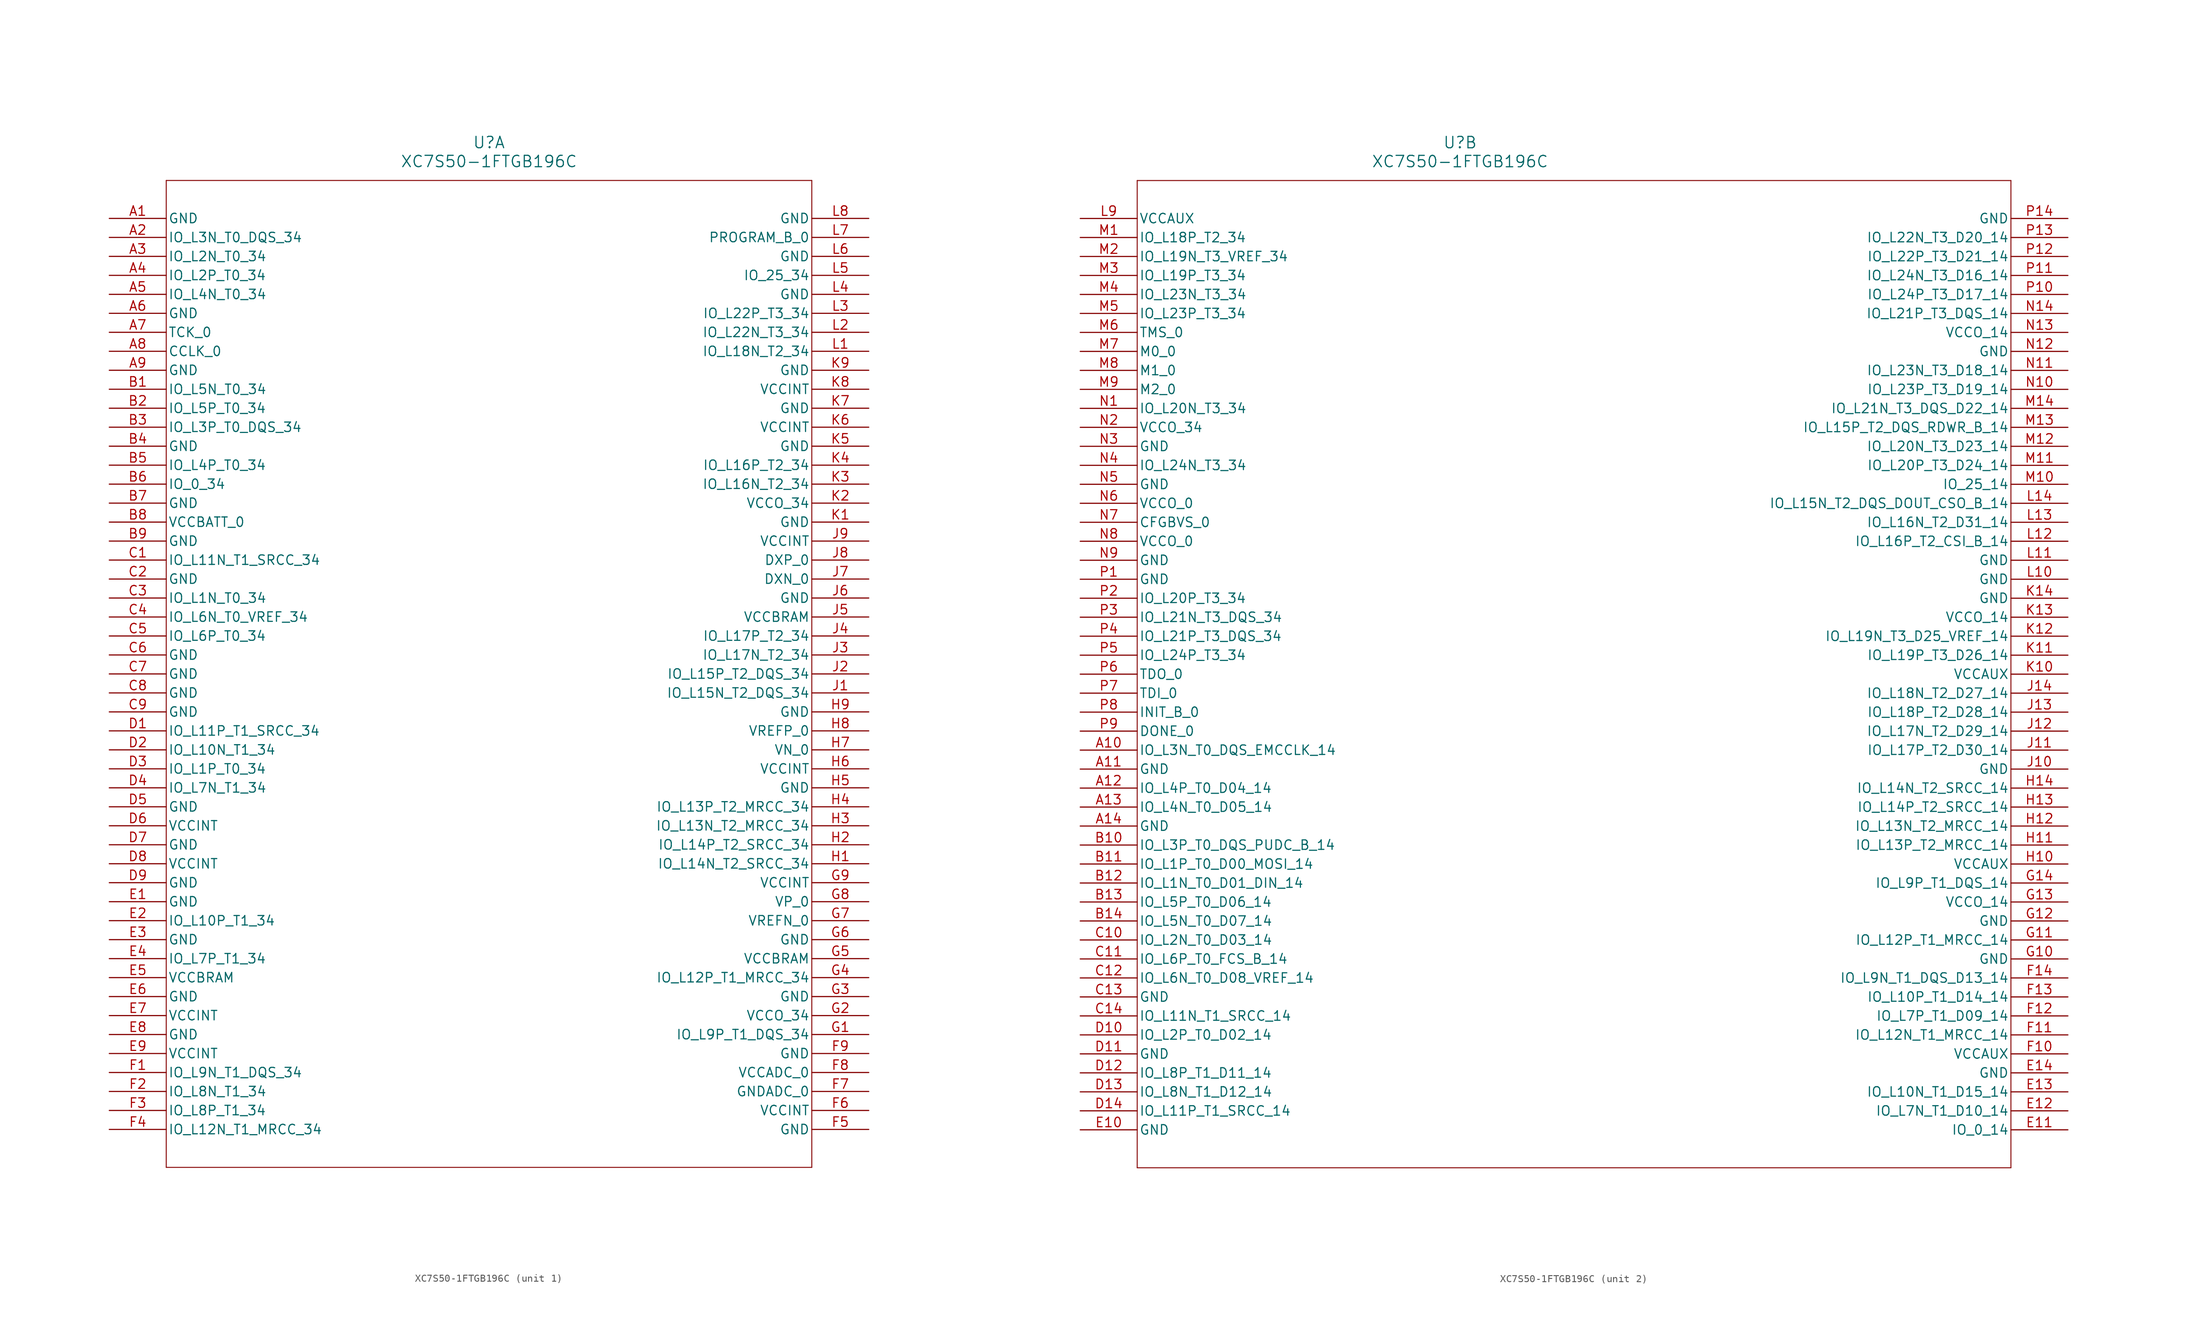
<source format=kicad_sym>
(kicad_symbol_lib
  (version 20211014)
  (generator kicad_symbol_editor)
  (symbol "XC7S50-1FTGB196C"
    (pin_names
      (offset 0.254))
    (property "Reference" "U"
      (at 50.8 10.16 0)
      (effects (font (size 1.524 1.524))))
    (property "Value" "XC7S50-1FTGB196C"
      (at 50.8 7.62 0)
      (effects (font (size 1.524 1.524))))
    (symbol "XC7S50-1FTGB196C_1_1"
      (polyline (pts (xy 7.62 5.08) (xy 7.62 -127)) (stroke (width 0.127) (type default) (color 0 0 0 0)) (fill (type none)))
      (polyline (pts (xy 7.62 -127) (xy 93.98 -127)) (stroke (width 0.127) (type default) (color 0 0 0 0)) (fill (type none)))
      (polyline (pts (xy 93.98 -127) (xy 93.98 5.08)) (stroke (width 0.127) (type default) (color 0 0 0 0)) (fill (type none)))
      (polyline (pts (xy 93.98 5.08) (xy 7.62 5.08)) (stroke (width 0.127) (type default) (color 0 0 0 0)) (fill (type none)))
      (pin power_out line (at 0 0 0) (length 7.62) (name "GND" (effects (font (size 1.27 1.27)))) (number "A1" (effects (font (size 1.27 1.27)))))
      (pin bidirectional line (at 0 -2.54 0) (length 7.62) (name "IO_L3N_T0_DQS_34" (effects (font (size 1.27 1.27)))) (number "A2" (effects (font (size 1.27 1.27)))))
      (pin bidirectional line (at 0 -5.08 0) (length 7.62) (name "IO_L2N_T0_34" (effects (font (size 1.27 1.27)))) (number "A3" (effects (font (size 1.27 1.27)))))
      (pin bidirectional line (at 0 -7.62 0) (length 7.62) (name "IO_L2P_T0_34" (effects (font (size 1.27 1.27)))) (number "A4" (effects (font (size 1.27 1.27)))))
      (pin bidirectional line (at 0 -10.16 0) (length 7.62) (name "IO_L4N_T0_34" (effects (font (size 1.27 1.27)))) (number "A5" (effects (font (size 1.27 1.27)))))
      (pin power_out line (at 0 -12.7 0) (length 7.62) (name "GND" (effects (font (size 1.27 1.27)))) (number "A6" (effects (font (size 1.27 1.27)))))
      (pin input line (at 0 -15.24 0) (length 7.62) (name "TCK_0" (effects (font (size 1.27 1.27)))) (number "A7" (effects (font (size 1.27 1.27)))))
      (pin bidirectional line (at 0 -17.78 0) (length 7.62) (name "CCLK_0" (effects (font (size 1.27 1.27)))) (number "A8" (effects (font (size 1.27 1.27)))))
      (pin power_out line (at 0 -20.32 0) (length 7.62) (name "GND" (effects (font (size 1.27 1.27)))) (number "A9" (effects (font (size 1.27 1.27)))))
      (pin bidirectional line (at 0 -22.86 0) (length 7.62) (name "IO_L5N_T0_34" (effects (font (size 1.27 1.27)))) (number "B1" (effects (font (size 1.27 1.27)))))
      (pin bidirectional line (at 0 -25.4 0) (length 7.62) (name "IO_L5P_T0_34" (effects (font (size 1.27 1.27)))) (number "B2" (effects (font (size 1.27 1.27)))))
      (pin bidirectional line (at 0 -27.94 0) (length 7.62) (name "IO_L3P_T0_DQS_34" (effects (font (size 1.27 1.27)))) (number "B3" (effects (font (size 1.27 1.27)))))
      (pin power_out line (at 0 -30.48 0) (length 7.62) (name "GND" (effects (font (size 1.27 1.27)))) (number "B4" (effects (font (size 1.27 1.27)))))
      (pin bidirectional line (at 0 -33.02 0) (length 7.62) (name "IO_L4P_T0_34" (effects (font (size 1.27 1.27)))) (number "B5" (effects (font (size 1.27 1.27)))))
      (pin bidirectional line (at 0 -35.56 0) (length 7.62) (name "IO_0_34" (effects (font (size 1.27 1.27)))) (number "B6" (effects (font (size 1.27 1.27)))))
      (pin power_out line (at 0 -38.1 0) (length 7.62) (name "GND" (effects (font (size 1.27 1.27)))) (number "B7" (effects (font (size 1.27 1.27)))))
      (pin power_in line (at 0 -40.64 0) (length 7.62) (name "VCCBATT_0" (effects (font (size 1.27 1.27)))) (number "B8" (effects (font (size 1.27 1.27)))))
      (pin power_out line (at 0 -43.18 0) (length 7.62) (name "GND" (effects (font (size 1.27 1.27)))) (number "B9" (effects (font (size 1.27 1.27)))))
      (pin bidirectional line (at 0 -45.72 0) (length 7.62) (name "IO_L11N_T1_SRCC_34" (effects (font (size 1.27 1.27)))) (number "C1" (effects (font (size 1.27 1.27)))))
      (pin power_out line (at 0 -48.26 0) (length 7.62) (name "GND" (effects (font (size 1.27 1.27)))) (number "C2" (effects (font (size 1.27 1.27)))))
      (pin bidirectional line (at 0 -50.8 0) (length 7.62) (name "IO_L1N_T0_34" (effects (font (size 1.27 1.27)))) (number "C3" (effects (font (size 1.27 1.27)))))
      (pin bidirectional line (at 0 -53.34 0) (length 7.62) (name "IO_L6N_T0_VREF_34" (effects (font (size 1.27 1.27)))) (number "C4" (effects (font (size 1.27 1.27)))))
      (pin bidirectional line (at 0 -55.88 0) (length 7.62) (name "IO_L6P_T0_34" (effects (font (size 1.27 1.27)))) (number "C5" (effects (font (size 1.27 1.27)))))
      (pin power_out line (at 0 -58.42 0) (length 7.62) (name "GND" (effects (font (size 1.27 1.27)))) (number "C6" (effects (font (size 1.27 1.27)))))
      (pin power_out line (at 0 -60.96 0) (length 7.62) (name "GND" (effects (font (size 1.27 1.27)))) (number "C7" (effects (font (size 1.27 1.27)))))
      (pin power_out line (at 0 -63.5 0) (length 7.62) (name "GND" (effects (font (size 1.27 1.27)))) (number "C8" (effects (font (size 1.27 1.27)))))
      (pin power_out line (at 0 -66.04 0) (length 7.62) (name "GND" (effects (font (size 1.27 1.27)))) (number "C9" (effects (font (size 1.27 1.27)))))
      (pin bidirectional line (at 0 -68.58 0) (length 7.62) (name "IO_L11P_T1_SRCC_34" (effects (font (size 1.27 1.27)))) (number "D1" (effects (font (size 1.27 1.27)))))
      (pin bidirectional line (at 0 -71.12 0) (length 7.62) (name "IO_L10N_T1_34" (effects (font (size 1.27 1.27)))) (number "D2" (effects (font (size 1.27 1.27)))))
      (pin bidirectional line (at 0 -73.66 0) (length 7.62) (name "IO_L1P_T0_34" (effects (font (size 1.27 1.27)))) (number "D3" (effects (font (size 1.27 1.27)))))
      (pin bidirectional line (at 0 -76.2 0) (length 7.62) (name "IO_L7N_T1_34" (effects (font (size 1.27 1.27)))) (number "D4" (effects (font (size 1.27 1.27)))))
      (pin power_out line (at 0 -78.74 0) (length 7.62) (name "GND" (effects (font (size 1.27 1.27)))) (number "D5" (effects (font (size 1.27 1.27)))))
      (pin power_in line (at 0 -81.28 0) (length 7.62) (name "VCCINT" (effects (font (size 1.27 1.27)))) (number "D6" (effects (font (size 1.27 1.27)))))
      (pin power_out line (at 0 -83.82 0) (length 7.62) (name "GND" (effects (font (size 1.27 1.27)))) (number "D7" (effects (font (size 1.27 1.27)))))
      (pin power_in line (at 0 -86.36 0) (length 7.62) (name "VCCINT" (effects (font (size 1.27 1.27)))) (number "D8" (effects (font (size 1.27 1.27)))))
      (pin power_out line (at 0 -88.9 0) (length 7.62) (name "GND" (effects (font (size 1.27 1.27)))) (number "D9" (effects (font (size 1.27 1.27)))))
      (pin power_out line (at 0 -91.44 0) (length 7.62) (name "GND" (effects (font (size 1.27 1.27)))) (number "E1" (effects (font (size 1.27 1.27)))))
      (pin bidirectional line (at 0 -93.98 0) (length 7.62) (name "IO_L10P_T1_34" (effects (font (size 1.27 1.27)))) (number "E2" (effects (font (size 1.27 1.27)))))
      (pin power_out line (at 0 -96.52 0) (length 7.62) (name "GND" (effects (font (size 1.27 1.27)))) (number "E3" (effects (font (size 1.27 1.27)))))
      (pin bidirectional line (at 0 -99.06 0) (length 7.62) (name "IO_L7P_T1_34" (effects (font (size 1.27 1.27)))) (number "E4" (effects (font (size 1.27 1.27)))))
      (pin power_in line (at 0 -101.6 0) (length 7.62) (name "VCCBRAM" (effects (font (size 1.27 1.27)))) (number "E5" (effects (font (size 1.27 1.27)))))
      (pin power_out line (at 0 -104.14 0) (length 7.62) (name "GND" (effects (font (size 1.27 1.27)))) (number "E6" (effects (font (size 1.27 1.27)))))
      (pin power_in line (at 0 -106.68 0) (length 7.62) (name "VCCINT" (effects (font (size 1.27 1.27)))) (number "E7" (effects (font (size 1.27 1.27)))))
      (pin power_out line (at 0 -109.22 0) (length 7.62) (name "GND" (effects (font (size 1.27 1.27)))) (number "E8" (effects (font (size 1.27 1.27)))))
      (pin power_in line (at 0 -111.76 0) (length 7.62) (name "VCCINT" (effects (font (size 1.27 1.27)))) (number "E9" (effects (font (size 1.27 1.27)))))
      (pin bidirectional line (at 0 -114.3 0) (length 7.62) (name "IO_L9N_T1_DQS_34" (effects (font (size 1.27 1.27)))) (number "F1" (effects (font (size 1.27 1.27)))))
      (pin bidirectional line (at 0 -116.84 0) (length 7.62) (name "IO_L8N_T1_34" (effects (font (size 1.27 1.27)))) (number "F2" (effects (font (size 1.27 1.27)))))
      (pin bidirectional line (at 0 -119.38 0) (length 7.62) (name "IO_L8P_T1_34" (effects (font (size 1.27 1.27)))) (number "F3" (effects (font (size 1.27 1.27)))))
      (pin bidirectional line (at 0 -121.92 0) (length 7.62) (name "IO_L12N_T1_MRCC_34" (effects (font (size 1.27 1.27)))) (number "F4" (effects (font (size 1.27 1.27)))))
      (pin power_out line (at 101.6 -121.92 180) (length 7.62) (name "GND" (effects (font (size 1.27 1.27)))) (number "F5" (effects (font (size 1.27 1.27)))))
      (pin power_in line (at 101.6 -119.38 180) (length 7.62) (name "VCCINT" (effects (font (size 1.27 1.27)))) (number "F6" (effects (font (size 1.27 1.27)))))
      (pin power_out line (at 101.6 -116.84 180) (length 7.62) (name "GNDADC_0" (effects (font (size 1.27 1.27)))) (number "F7" (effects (font (size 1.27 1.27)))))
      (pin power_in line (at 101.6 -114.3 180) (length 7.62) (name "VCCADC_0" (effects (font (size 1.27 1.27)))) (number "F8" (effects (font (size 1.27 1.27)))))
      (pin power_out line (at 101.6 -111.76 180) (length 7.62) (name "GND" (effects (font (size 1.27 1.27)))) (number "F9" (effects (font (size 1.27 1.27)))))
      (pin bidirectional line (at 101.6 -109.22 180) (length 7.62) (name "IO_L9P_T1_DQS_34" (effects (font (size 1.27 1.27)))) (number "G1" (effects (font (size 1.27 1.27)))))
      (pin power_in line (at 101.6 -106.68 180) (length 7.62) (name "VCCO_34" (effects (font (size 1.27 1.27)))) (number "G2" (effects (font (size 1.27 1.27)))))
      (pin power_out line (at 101.6 -104.14 180) (length 7.62) (name "GND" (effects (font (size 1.27 1.27)))) (number "G3" (effects (font (size 1.27 1.27)))))
      (pin bidirectional line (at 101.6 -101.6 180) (length 7.62) (name "IO_L12P_T1_MRCC_34" (effects (font (size 1.27 1.27)))) (number "G4" (effects (font (size 1.27 1.27)))))
      (pin power_in line (at 101.6 -99.06 180) (length 7.62) (name "VCCBRAM" (effects (font (size 1.27 1.27)))) (number "G5" (effects (font (size 1.27 1.27)))))
      (pin power_out line (at 101.6 -96.52 180) (length 7.62) (name "GND" (effects (font (size 1.27 1.27)))) (number "G6" (effects (font (size 1.27 1.27)))))
      (pin power_in line (at 101.6 -93.98 180) (length 7.62) (name "VREFN_0" (effects (font (size 1.27 1.27)))) (number "G7" (effects (font (size 1.27 1.27)))))
      (pin input line (at 101.6 -91.44 180) (length 7.62) (name "VP_0" (effects (font (size 1.27 1.27)))) (number "G8" (effects (font (size 1.27 1.27)))))
      (pin power_in line (at 101.6 -88.9 180) (length 7.62) (name "VCCINT" (effects (font (size 1.27 1.27)))) (number "G9" (effects (font (size 1.27 1.27)))))
      (pin bidirectional line (at 101.6 -86.36 180) (length 7.62) (name "IO_L14N_T2_SRCC_34" (effects (font (size 1.27 1.27)))) (number "H1" (effects (font (size 1.27 1.27)))))
      (pin bidirectional line (at 101.6 -83.82 180) (length 7.62) (name "IO_L14P_T2_SRCC_34" (effects (font (size 1.27 1.27)))) (number "H2" (effects (font (size 1.27 1.27)))))
      (pin bidirectional line (at 101.6 -81.28 180) (length 7.62) (name "IO_L13N_T2_MRCC_34" (effects (font (size 1.27 1.27)))) (number "H3" (effects (font (size 1.27 1.27)))))
      (pin bidirectional line (at 101.6 -78.74 180) (length 7.62) (name "IO_L13P_T2_MRCC_34" (effects (font (size 1.27 1.27)))) (number "H4" (effects (font (size 1.27 1.27)))))
      (pin power_out line (at 101.6 -76.2 180) (length 7.62) (name "GND" (effects (font (size 1.27 1.27)))) (number "H5" (effects (font (size 1.27 1.27)))))
      (pin power_in line (at 101.6 -73.66 180) (length 7.62) (name "VCCINT" (effects (font (size 1.27 1.27)))) (number "H6" (effects (font (size 1.27 1.27)))))
      (pin input line (at 101.6 -71.12 180) (length 7.62) (name "VN_0" (effects (font (size 1.27 1.27)))) (number "H7" (effects (font (size 1.27 1.27)))))
      (pin power_in line (at 101.6 -68.58 180) (length 7.62) (name "VREFP_0" (effects (font (size 1.27 1.27)))) (number "H8" (effects (font (size 1.27 1.27)))))
      (pin power_out line (at 101.6 -66.04 180) (length 7.62) (name "GND" (effects (font (size 1.27 1.27)))) (number "H9" (effects (font (size 1.27 1.27)))))
      (pin bidirectional line (at 101.6 -63.5 180) (length 7.62) (name "IO_L15N_T2_DQS_34" (effects (font (size 1.27 1.27)))) (number "J1" (effects (font (size 1.27 1.27)))))
      (pin bidirectional line (at 101.6 -60.96 180) (length 7.62) (name "IO_L15P_T2_DQS_34" (effects (font (size 1.27 1.27)))) (number "J2" (effects (font (size 1.27 1.27)))))
      (pin bidirectional line (at 101.6 -58.42 180) (length 7.62) (name "IO_L17N_T2_34" (effects (font (size 1.27 1.27)))) (number "J3" (effects (font (size 1.27 1.27)))))
      (pin bidirectional line (at 101.6 -55.88 180) (length 7.62) (name "IO_L17P_T2_34" (effects (font (size 1.27 1.27)))) (number "J4" (effects (font (size 1.27 1.27)))))
      (pin power_in line (at 101.6 -53.34 180) (length 7.62) (name "VCCBRAM" (effects (font (size 1.27 1.27)))) (number "J5" (effects (font (size 1.27 1.27)))))
      (pin power_out line (at 101.6 -50.8 180) (length 7.62) (name "GND" (effects (font (size 1.27 1.27)))) (number "J6" (effects (font (size 1.27 1.27)))))
      (pin unspecified line (at 101.6 -48.26 180) (length 7.62) (name "DXN_0" (effects (font (size 1.27 1.27)))) (number "J7" (effects (font (size 1.27 1.27)))))
      (pin unspecified line (at 101.6 -45.72 180) (length 7.62) (name "DXP_0" (effects (font (size 1.27 1.27)))) (number "J8" (effects (font (size 1.27 1.27)))))
      (pin power_in line (at 101.6 -43.18 180) (length 7.62) (name "VCCINT" (effects (font (size 1.27 1.27)))) (number "J9" (effects (font (size 1.27 1.27)))))
      (pin power_out line (at 101.6 -40.64 180) (length 7.62) (name "GND" (effects (font (size 1.27 1.27)))) (number "K1" (effects (font (size 1.27 1.27)))))
      (pin power_in line (at 101.6 -38.1 180) (length 7.62) (name "VCCO_34" (effects (font (size 1.27 1.27)))) (number "K2" (effects (font (size 1.27 1.27)))))
      (pin bidirectional line (at 101.6 -35.56 180) (length 7.62) (name "IO_L16N_T2_34" (effects (font (size 1.27 1.27)))) (number "K3" (effects (font (size 1.27 1.27)))))
      (pin bidirectional line (at 101.6 -33.02 180) (length 7.62) (name "IO_L16P_T2_34" (effects (font (size 1.27 1.27)))) (number "K4" (effects (font (size 1.27 1.27)))))
      (pin power_out line (at 101.6 -30.48 180) (length 7.62) (name "GND" (effects (font (size 1.27 1.27)))) (number "K5" (effects (font (size 1.27 1.27)))))
      (pin power_in line (at 101.6 -27.94 180) (length 7.62) (name "VCCINT" (effects (font (size 1.27 1.27)))) (number "K6" (effects (font (size 1.27 1.27)))))
      (pin power_out line (at 101.6 -25.4 180) (length 7.62) (name "GND" (effects (font (size 1.27 1.27)))) (number "K7" (effects (font (size 1.27 1.27)))))
      (pin power_in line (at 101.6 -22.86 180) (length 7.62) (name "VCCINT" (effects (font (size 1.27 1.27)))) (number "K8" (effects (font (size 1.27 1.27)))))
      (pin power_out line (at 101.6 -20.32 180) (length 7.62) (name "GND" (effects (font (size 1.27 1.27)))) (number "K9" (effects (font (size 1.27 1.27)))))
      (pin bidirectional line (at 101.6 -17.78 180) (length 7.62) (name "IO_L18N_T2_34" (effects (font (size 1.27 1.27)))) (number "L1" (effects (font (size 1.27 1.27)))))
      (pin bidirectional line (at 101.6 -15.24 180) (length 7.62) (name "IO_L22N_T3_34" (effects (font (size 1.27 1.27)))) (number "L2" (effects (font (size 1.27 1.27)))))
      (pin bidirectional line (at 101.6 -12.7 180) (length 7.62) (name "IO_L22P_T3_34" (effects (font (size 1.27 1.27)))) (number "L3" (effects (font (size 1.27 1.27)))))
      (pin power_out line (at 101.6 -10.16 180) (length 7.62) (name "GND" (effects (font (size 1.27 1.27)))) (number "L4" (effects (font (size 1.27 1.27)))))
      (pin bidirectional line (at 101.6 -7.62 180) (length 7.62) (name "IO_25_34" (effects (font (size 1.27 1.27)))) (number "L5" (effects (font (size 1.27 1.27)))))
      (pin power_out line (at 101.6 -5.08 180) (length 7.62) (name "GND" (effects (font (size 1.27 1.27)))) (number "L6" (effects (font (size 1.27 1.27)))))
      (pin input line (at 101.6 -2.54 180) (length 7.62) (name "PROGRAM_B_0" (effects (font (size 1.27 1.27)))) (number "L7" (effects (font (size 1.27 1.27)))))
      (pin power_out line (at 101.6 0 180) (length 7.62) (name "GND" (effects (font (size 1.27 1.27)))) (number "L8" (effects (font (size 1.27 1.27))))))
    (symbol "XC7S50-1FTGB196C_2_1"
      (polyline (pts (xy 7.62 5.08) (xy 7.62 -127)) (stroke (width 0.127) (type default) (color 0 0 0 0)) (fill (type none)))
      (polyline (pts (xy 7.62 -127) (xy 124.46 -127)) (stroke (width 0.127) (type default) (color 0 0 0 0)) (fill (type none)))
      (polyline (pts (xy 124.46 -127) (xy 124.46 5.08)) (stroke (width 0.127) (type default) (color 0 0 0 0)) (fill (type none)))
      (polyline (pts (xy 124.46 5.08) (xy 7.62 5.08)) (stroke (width 0.127) (type default) (color 0 0 0 0)) (fill (type none)))
      (pin power_in line (at 0 0 0) (length 7.62) (name "VCCAUX" (effects (font (size 1.27 1.27)))) (number "L9" (effects (font (size 1.27 1.27)))))
      (pin bidirectional line (at 0 -2.54 0) (length 7.62) (name "IO_L18P_T2_34" (effects (font (size 1.27 1.27)))) (number "M1" (effects (font (size 1.27 1.27)))))
      (pin bidirectional line (at 0 -5.08 0) (length 7.62) (name "IO_L19N_T3_VREF_34" (effects (font (size 1.27 1.27)))) (number "M2" (effects (font (size 1.27 1.27)))))
      (pin bidirectional line (at 0 -7.62 0) (length 7.62) (name "IO_L19P_T3_34" (effects (font (size 1.27 1.27)))) (number "M3" (effects (font (size 1.27 1.27)))))
      (pin bidirectional line (at 0 -10.16 0) (length 7.62) (name "IO_L23N_T3_34" (effects (font (size 1.27 1.27)))) (number "M4" (effects (font (size 1.27 1.27)))))
      (pin bidirectional line (at 0 -12.7 0) (length 7.62) (name "IO_L23P_T3_34" (effects (font (size 1.27 1.27)))) (number "M5" (effects (font (size 1.27 1.27)))))
      (pin input line (at 0 -15.24 0) (length 7.62) (name "TMS_0" (effects (font (size 1.27 1.27)))) (number "M6" (effects (font (size 1.27 1.27)))))
      (pin input line (at 0 -17.78 0) (length 7.62) (name "M0_0" (effects (font (size 1.27 1.27)))) (number "M7" (effects (font (size 1.27 1.27)))))
      (pin input line (at 0 -20.32 0) (length 7.62) (name "M1_0" (effects (font (size 1.27 1.27)))) (number "M8" (effects (font (size 1.27 1.27)))))
      (pin input line (at 0 -22.86 0) (length 7.62) (name "M2_0" (effects (font (size 1.27 1.27)))) (number "M9" (effects (font (size 1.27 1.27)))))
      (pin bidirectional line (at 0 -25.4 0) (length 7.62) (name "IO_L20N_T3_34" (effects (font (size 1.27 1.27)))) (number "N1" (effects (font (size 1.27 1.27)))))
      (pin power_in line (at 0 -27.94 0) (length 7.62) (name "VCCO_34" (effects (font (size 1.27 1.27)))) (number "N2" (effects (font (size 1.27 1.27)))))
      (pin power_out line (at 0 -30.48 0) (length 7.62) (name "GND" (effects (font (size 1.27 1.27)))) (number "N3" (effects (font (size 1.27 1.27)))))
      (pin bidirectional line (at 0 -33.02 0) (length 7.62) (name "IO_L24N_T3_34" (effects (font (size 1.27 1.27)))) (number "N4" (effects (font (size 1.27 1.27)))))
      (pin power_out line (at 0 -35.56 0) (length 7.62) (name "GND" (effects (font (size 1.27 1.27)))) (number "N5" (effects (font (size 1.27 1.27)))))
      (pin power_in line (at 0 -38.1 0) (length 7.62) (name "VCCO_0" (effects (font (size 1.27 1.27)))) (number "N6" (effects (font (size 1.27 1.27)))))
      (pin input line (at 0 -40.64 0) (length 7.62) (name "CFGBVS_0" (effects (font (size 1.27 1.27)))) (number "N7" (effects (font (size 1.27 1.27)))))
      (pin power_in line (at 0 -43.18 0) (length 7.62) (name "VCCO_0" (effects (font (size 1.27 1.27)))) (number "N8" (effects (font (size 1.27 1.27)))))
      (pin power_out line (at 0 -45.72 0) (length 7.62) (name "GND" (effects (font (size 1.27 1.27)))) (number "N9" (effects (font (size 1.27 1.27)))))
      (pin power_out line (at 0 -48.26 0) (length 7.62) (name "GND" (effects (font (size 1.27 1.27)))) (number "P1" (effects (font (size 1.27 1.27)))))
      (pin bidirectional line (at 0 -50.8 0) (length 7.62) (name "IO_L20P_T3_34" (effects (font (size 1.27 1.27)))) (number "P2" (effects (font (size 1.27 1.27)))))
      (pin bidirectional line (at 0 -53.34 0) (length 7.62) (name "IO_L21N_T3_DQS_34" (effects (font (size 1.27 1.27)))) (number "P3" (effects (font (size 1.27 1.27)))))
      (pin bidirectional line (at 0 -55.88 0) (length 7.62) (name "IO_L21P_T3_DQS_34" (effects (font (size 1.27 1.27)))) (number "P4" (effects (font (size 1.27 1.27)))))
      (pin bidirectional line (at 0 -58.42 0) (length 7.62) (name "IO_L24P_T3_34" (effects (font (size 1.27 1.27)))) (number "P5" (effects (font (size 1.27 1.27)))))
      (pin output line (at 0 -60.96 0) (length 7.62) (name "TDO_0" (effects (font (size 1.27 1.27)))) (number "P6" (effects (font (size 1.27 1.27)))))
      (pin input line (at 0 -63.5 0) (length 7.62) (name "TDI_0" (effects (font (size 1.27 1.27)))) (number "P7" (effects (font (size 1.27 1.27)))))
      (pin bidirectional line (at 0 -66.04 0) (length 7.62) (name "INIT_B_0" (effects (font (size 1.27 1.27)))) (number "P8" (effects (font (size 1.27 1.27)))))
      (pin bidirectional line (at 0 -68.58 0) (length 7.62) (name "DONE_0" (effects (font (size 1.27 1.27)))) (number "P9" (effects (font (size 1.27 1.27)))))
      (pin bidirectional line (at 0 -71.12 0) (length 7.62) (name "IO_L3N_T0_DQS_EMCCLK_14" (effects (font (size 1.27 1.27)))) (number "A10" (effects (font (size 1.27 1.27)))))
      (pin power_out line (at 0 -73.66 0) (length 7.62) (name "GND" (effects (font (size 1.27 1.27)))) (number "A11" (effects (font (size 1.27 1.27)))))
      (pin bidirectional line (at 0 -76.2 0) (length 7.62) (name "IO_L4P_T0_D04_14" (effects (font (size 1.27 1.27)))) (number "A12" (effects (font (size 1.27 1.27)))))
      (pin bidirectional line (at 0 -78.74 0) (length 7.62) (name "IO_L4N_T0_D05_14" (effects (font (size 1.27 1.27)))) (number "A13" (effects (font (size 1.27 1.27)))))
      (pin power_out line (at 0 -81.28 0) (length 7.62) (name "GND" (effects (font (size 1.27 1.27)))) (number "A14" (effects (font (size 1.27 1.27)))))
      (pin bidirectional line (at 0 -83.82 0) (length 7.62) (name "IO_L3P_T0_DQS_PUDC_B_14" (effects (font (size 1.27 1.27)))) (number "B10" (effects (font (size 1.27 1.27)))))
      (pin bidirectional line (at 0 -86.36 0) (length 7.62) (name "IO_L1P_T0_D00_MOSI_14" (effects (font (size 1.27 1.27)))) (number "B11" (effects (font (size 1.27 1.27)))))
      (pin bidirectional line (at 0 -88.9 0) (length 7.62) (name "IO_L1N_T0_D01_DIN_14" (effects (font (size 1.27 1.27)))) (number "B12" (effects (font (size 1.27 1.27)))))
      (pin bidirectional line (at 0 -91.44 0) (length 7.62) (name "IO_L5P_T0_D06_14" (effects (font (size 1.27 1.27)))) (number "B13" (effects (font (size 1.27 1.27)))))
      (pin bidirectional line (at 0 -93.98 0) (length 7.62) (name "IO_L5N_T0_D07_14" (effects (font (size 1.27 1.27)))) (number "B14" (effects (font (size 1.27 1.27)))))
      (pin bidirectional line (at 0 -96.52 0) (length 7.62) (name "IO_L2N_T0_D03_14" (effects (font (size 1.27 1.27)))) (number "C10" (effects (font (size 1.27 1.27)))))
      (pin bidirectional line (at 0 -99.06 0) (length 7.62) (name "IO_L6P_T0_FCS_B_14" (effects (font (size 1.27 1.27)))) (number "C11" (effects (font (size 1.27 1.27)))))
      (pin bidirectional line (at 0 -101.6 0) (length 7.62) (name "IO_L6N_T0_D08_VREF_14" (effects (font (size 1.27 1.27)))) (number "C12" (effects (font (size 1.27 1.27)))))
      (pin power_out line (at 0 -104.14 0) (length 7.62) (name "GND" (effects (font (size 1.27 1.27)))) (number "C13" (effects (font (size 1.27 1.27)))))
      (pin bidirectional line (at 0 -106.68 0) (length 7.62) (name "IO_L11N_T1_SRCC_14" (effects (font (size 1.27 1.27)))) (number "C14" (effects (font (size 1.27 1.27)))))
      (pin bidirectional line (at 0 -109.22 0) (length 7.62) (name "IO_L2P_T0_D02_14" (effects (font (size 1.27 1.27)))) (number "D10" (effects (font (size 1.27 1.27)))))
      (pin power_out line (at 0 -111.76 0) (length 7.62) (name "GND" (effects (font (size 1.27 1.27)))) (number "D11" (effects (font (size 1.27 1.27)))))
      (pin bidirectional line (at 0 -114.3 0) (length 7.62) (name "IO_L8P_T1_D11_14" (effects (font (size 1.27 1.27)))) (number "D12" (effects (font (size 1.27 1.27)))))
      (pin bidirectional line (at 0 -116.84 0) (length 7.62) (name "IO_L8N_T1_D12_14" (effects (font (size 1.27 1.27)))) (number "D13" (effects (font (size 1.27 1.27)))))
      (pin bidirectional line (at 0 -119.38 0) (length 7.62) (name "IO_L11P_T1_SRCC_14" (effects (font (size 1.27 1.27)))) (number "D14" (effects (font (size 1.27 1.27)))))
      (pin power_out line (at 0 -121.92 0) (length 7.62) (name "GND" (effects (font (size 1.27 1.27)))) (number "E10" (effects (font (size 1.27 1.27)))))
      (pin bidirectional line (at 132.08 -121.92 180) (length 7.62) (name "IO_0_14" (effects (font (size 1.27 1.27)))) (number "E11" (effects (font (size 1.27 1.27)))))
      (pin bidirectional line (at 132.08 -119.38 180) (length 7.62) (name "IO_L7N_T1_D10_14" (effects (font (size 1.27 1.27)))) (number "E12" (effects (font (size 1.27 1.27)))))
      (pin bidirectional line (at 132.08 -116.84 180) (length 7.62) (name "IO_L10N_T1_D15_14" (effects (font (size 1.27 1.27)))) (number "E13" (effects (font (size 1.27 1.27)))))
      (pin power_out line (at 132.08 -114.3 180) (length 7.62) (name "GND" (effects (font (size 1.27 1.27)))) (number "E14" (effects (font (size 1.27 1.27)))))
      (pin power_in line (at 132.08 -111.76 180) (length 7.62) (name "VCCAUX" (effects (font (size 1.27 1.27)))) (number "F10" (effects (font (size 1.27 1.27)))))
      (pin bidirectional line (at 132.08 -109.22 180) (length 7.62) (name "IO_L12N_T1_MRCC_14" (effects (font (size 1.27 1.27)))) (number "F11" (effects (font (size 1.27 1.27)))))
      (pin bidirectional line (at 132.08 -106.68 180) (length 7.62) (name "IO_L7P_T1_D09_14" (effects (font (size 1.27 1.27)))) (number "F12" (effects (font (size 1.27 1.27)))))
      (pin bidirectional line (at 132.08 -104.14 180) (length 7.62) (name "IO_L10P_T1_D14_14" (effects (font (size 1.27 1.27)))) (number "F13" (effects (font (size 1.27 1.27)))))
      (pin bidirectional line (at 132.08 -101.6 180) (length 7.62) (name "IO_L9N_T1_DQS_D13_14" (effects (font (size 1.27 1.27)))) (number "F14" (effects (font (size 1.27 1.27)))))
      (pin power_out line (at 132.08 -99.06 180) (length 7.62) (name "GND" (effects (font (size 1.27 1.27)))) (number "G10" (effects (font (size 1.27 1.27)))))
      (pin bidirectional line (at 132.08 -96.52 180) (length 7.62) (name "IO_L12P_T1_MRCC_14" (effects (font (size 1.27 1.27)))) (number "G11" (effects (font (size 1.27 1.27)))))
      (pin power_out line (at 132.08 -93.98 180) (length 7.62) (name "GND" (effects (font (size 1.27 1.27)))) (number "G12" (effects (font (size 1.27 1.27)))))
      (pin power_in line (at 132.08 -91.44 180) (length 7.62) (name "VCCO_14" (effects (font (size 1.27 1.27)))) (number "G13" (effects (font (size 1.27 1.27)))))
      (pin bidirectional line (at 132.08 -88.9 180) (length 7.62) (name "IO_L9P_T1_DQS_14" (effects (font (size 1.27 1.27)))) (number "G14" (effects (font (size 1.27 1.27)))))
      (pin power_in line (at 132.08 -86.36 180) (length 7.62) (name "VCCAUX" (effects (font (size 1.27 1.27)))) (number "H10" (effects (font (size 1.27 1.27)))))
      (pin bidirectional line (at 132.08 -83.82 180) (length 7.62) (name "IO_L13P_T2_MRCC_14" (effects (font (size 1.27 1.27)))) (number "H11" (effects (font (size 1.27 1.27)))))
      (pin bidirectional line (at 132.08 -81.28 180) (length 7.62) (name "IO_L13N_T2_MRCC_14" (effects (font (size 1.27 1.27)))) (number "H12" (effects (font (size 1.27 1.27)))))
      (pin bidirectional line (at 132.08 -78.74 180) (length 7.62) (name "IO_L14P_T2_SRCC_14" (effects (font (size 1.27 1.27)))) (number "H13" (effects (font (size 1.27 1.27)))))
      (pin bidirectional line (at 132.08 -76.2 180) (length 7.62) (name "IO_L14N_T2_SRCC_14" (effects (font (size 1.27 1.27)))) (number "H14" (effects (font (size 1.27 1.27)))))
      (pin power_out line (at 132.08 -73.66 180) (length 7.62) (name "GND" (effects (font (size 1.27 1.27)))) (number "J10" (effects (font (size 1.27 1.27)))))
      (pin bidirectional line (at 132.08 -71.12 180) (length 7.62) (name "IO_L17P_T2_D30_14" (effects (font (size 1.27 1.27)))) (number "J11" (effects (font (size 1.27 1.27)))))
      (pin bidirectional line (at 132.08 -68.58 180) (length 7.62) (name "IO_L17N_T2_D29_14" (effects (font (size 1.27 1.27)))) (number "J12" (effects (font (size 1.27 1.27)))))
      (pin bidirectional line (at 132.08 -66.04 180) (length 7.62) (name "IO_L18P_T2_D28_14" (effects (font (size 1.27 1.27)))) (number "J13" (effects (font (size 1.27 1.27)))))
      (pin bidirectional line (at 132.08 -63.5 180) (length 7.62) (name "IO_L18N_T2_D27_14" (effects (font (size 1.27 1.27)))) (number "J14" (effects (font (size 1.27 1.27)))))
      (pin power_in line (at 132.08 -60.96 180) (length 7.62) (name "VCCAUX" (effects (font (size 1.27 1.27)))) (number "K10" (effects (font (size 1.27 1.27)))))
      (pin bidirectional line (at 132.08 -58.42 180) (length 7.62) (name "IO_L19P_T3_D26_14" (effects (font (size 1.27 1.27)))) (number "K11" (effects (font (size 1.27 1.27)))))
      (pin bidirectional line (at 132.08 -55.88 180) (length 7.62) (name "IO_L19N_T3_D25_VREF_14" (effects (font (size 1.27 1.27)))) (number "K12" (effects (font (size 1.27 1.27)))))
      (pin power_in line (at 132.08 -53.34 180) (length 7.62) (name "VCCO_14" (effects (font (size 1.27 1.27)))) (number "K13" (effects (font (size 1.27 1.27)))))
      (pin power_out line (at 132.08 -50.8 180) (length 7.62) (name "GND" (effects (font (size 1.27 1.27)))) (number "K14" (effects (font (size 1.27 1.27)))))
      (pin power_out line (at 132.08 -48.26 180) (length 7.62) (name "GND" (effects (font (size 1.27 1.27)))) (number "L10" (effects (font (size 1.27 1.27)))))
      (pin power_out line (at 132.08 -45.72 180) (length 7.62) (name "GND" (effects (font (size 1.27 1.27)))) (number "L11" (effects (font (size 1.27 1.27)))))
      (pin bidirectional line (at 132.08 -43.18 180) (length 7.62) (name "IO_L16P_T2_CSI_B_14" (effects (font (size 1.27 1.27)))) (number "L12" (effects (font (size 1.27 1.27)))))
      (pin bidirectional line (at 132.08 -40.64 180) (length 7.62) (name "IO_L16N_T2_D31_14" (effects (font (size 1.27 1.27)))) (number "L13" (effects (font (size 1.27 1.27)))))
      (pin bidirectional line (at 132.08 -38.1 180) (length 7.62) (name "IO_L15N_T2_DQS_DOUT_CSO_B_14" (effects (font (size 1.27 1.27)))) (number "L14" (effects (font (size 1.27 1.27)))))
      (pin bidirectional line (at 132.08 -35.56 180) (length 7.62) (name "IO_25_14" (effects (font (size 1.27 1.27)))) (number "M10" (effects (font (size 1.27 1.27)))))
      (pin bidirectional line (at 132.08 -33.02 180) (length 7.62) (name "IO_L20P_T3_D24_14" (effects (font (size 1.27 1.27)))) (number "M11" (effects (font (size 1.27 1.27)))))
      (pin bidirectional line (at 132.08 -30.48 180) (length 7.62) (name "IO_L20N_T3_D23_14" (effects (font (size 1.27 1.27)))) (number "M12" (effects (font (size 1.27 1.27)))))
      (pin bidirectional line (at 132.08 -27.94 180) (length 7.62) (name "IO_L15P_T2_DQS_RDWR_B_14" (effects (font (size 1.27 1.27)))) (number "M13" (effects (font (size 1.27 1.27)))))
      (pin bidirectional line (at 132.08 -25.4 180) (length 7.62) (name "IO_L21N_T3_DQS_D22_14" (effects (font (size 1.27 1.27)))) (number "M14" (effects (font (size 1.27 1.27)))))
      (pin bidirectional line (at 132.08 -22.86 180) (length 7.62) (name "IO_L23P_T3_D19_14" (effects (font (size 1.27 1.27)))) (number "N10" (effects (font (size 1.27 1.27)))))
      (pin bidirectional line (at 132.08 -20.32 180) (length 7.62) (name "IO_L23N_T3_D18_14" (effects (font (size 1.27 1.27)))) (number "N11" (effects (font (size 1.27 1.27)))))
      (pin power_out line (at 132.08 -17.78 180) (length 7.62) (name "GND" (effects (font (size 1.27 1.27)))) (number "N12" (effects (font (size 1.27 1.27)))))
      (pin power_in line (at 132.08 -15.24 180) (length 7.62) (name "VCCO_14" (effects (font (size 1.27 1.27)))) (number "N13" (effects (font (size 1.27 1.27)))))
      (pin bidirectional line (at 132.08 -12.7 180) (length 7.62) (name "IO_L21P_T3_DQS_14" (effects (font (size 1.27 1.27)))) (number "N14" (effects (font (size 1.27 1.27)))))
      (pin bidirectional line (at 132.08 -10.16 180) (length 7.62) (name "IO_L24P_T3_D17_14" (effects (font (size 1.27 1.27)))) (number "P10" (effects (font (size 1.27 1.27)))))
      (pin bidirectional line (at 132.08 -7.62 180) (length 7.62) (name "IO_L24N_T3_D16_14" (effects (font (size 1.27 1.27)))) (number "P11" (effects (font (size 1.27 1.27)))))
      (pin bidirectional line (at 132.08 -5.08 180) (length 7.62) (name "IO_L22P_T3_D21_14" (effects (font (size 1.27 1.27)))) (number "P12" (effects (font (size 1.27 1.27)))))
      (pin bidirectional line (at 132.08 -2.54 180) (length 7.62) (name "IO_L22N_T3_D20_14" (effects (font (size 1.27 1.27)))) (number "P13" (effects (font (size 1.27 1.27)))))
      (pin power_out line (at 132.08 0 180) (length 7.62) (name "GND" (effects (font (size 1.27 1.27)))) (number "P14" (effects (font (size 1.27 1.27))))))))
</source>
